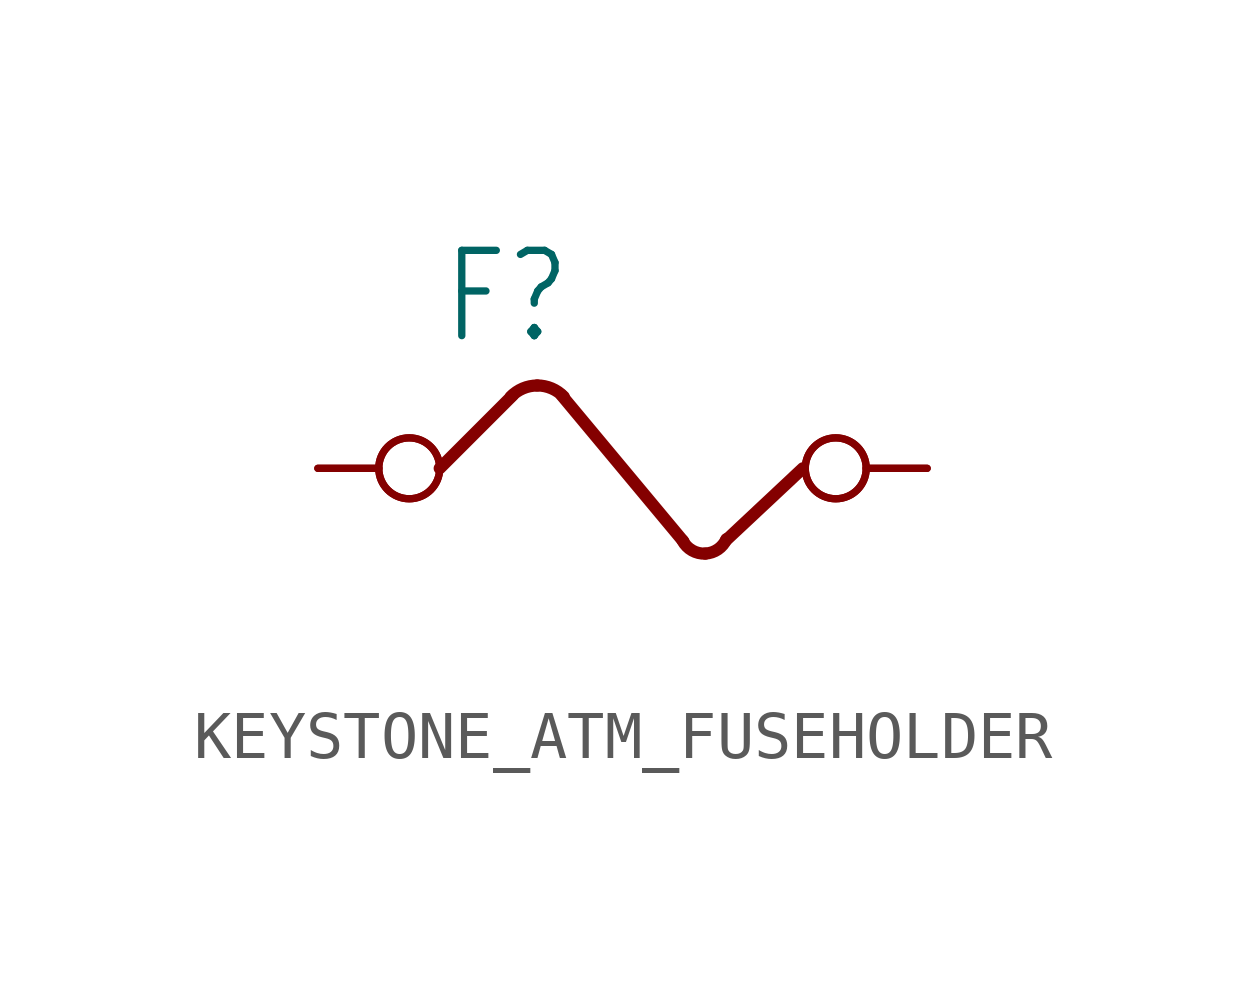
<source format=kicad_sym>
(kicad_symbol_lib
  (version 20220914)
  (generator kicad_symbol_editor)
  (symbol "KEYSTONE_ATM_FUSEHOLDER"
    (property "Reference" "F"
      (at -5.08 2.54 0)
      (effects (font (size 1.778 1.511)) (justify left bottom)))
    (property "Value" ""
      (at -5.08 -3.81 0)
      (effects (font (size 1.778 1.511)) (justify left bottom)))
    (property "ki_locked" ""
      (at 0 0 0)
      (effects (font (size 1.27 1.27))))
    (symbol "KEYSTONE_ATM_FUSEHOLDER_1_0"
      (arc (start -3.0479 1.7272) (mid -3.3477 1.6657) (end -3.5992 1.4912) (stroke (width 0.254) (type solid)) (fill (type none)))
      (arc (start -2.4959 1.491) (mid -2.7477 1.6658) (end -3.048 1.7272) (stroke (width 0.254) (type solid)) (fill (type none)))
      (arc (start -0.0178 -1.508) (mid 0.1804 -1.7121) (end 0.4572 -1.7778) (stroke (width 0.254) (type solid)) (fill (type none)))
      (polyline (pts (xy -5.08 0) (xy -3.556 1.524)) (stroke (width 0.254) (type solid)) (fill (type none)))
      (polyline (pts (xy 0 -1.524) (xy -2.54 1.524)) (stroke (width 0.254) (type solid)) (fill (type none)))
      (polyline (pts (xy 0.889 -1.499) (xy 2.489 0)) (stroke (width 0.254) (type solid)) (fill (type none)))
      (arc (start 0.4572 -1.778) (mid 0.7195 -1.6894) (end 0.8965 -1.4765) (stroke (width 0.254) (type solid)) (fill (type none)))
      (pin passive inverted (at -7.62 0 0) (length 2.54) (name "1" (effects (font (size 0 0)))) (number "L1" (effects (font (size 0 0)))))
      (pin passive inverted (at -7.62 0 0) (length 2.54) (name "1" (effects (font (size 0 0)))) (number "L2" (effects (font (size 0 0)))))
      (pin passive inverted (at 5.08 0 180) (length 2.54) (name "2" (effects (font (size 0 0)))) (number "R1" (effects (font (size 0 0)))))
      (pin passive inverted (at 5.08 0 180) (length 2.54) (name "2" (effects (font (size 0 0)))) (number "R2" (effects (font (size 0 0))))))))
</source>
